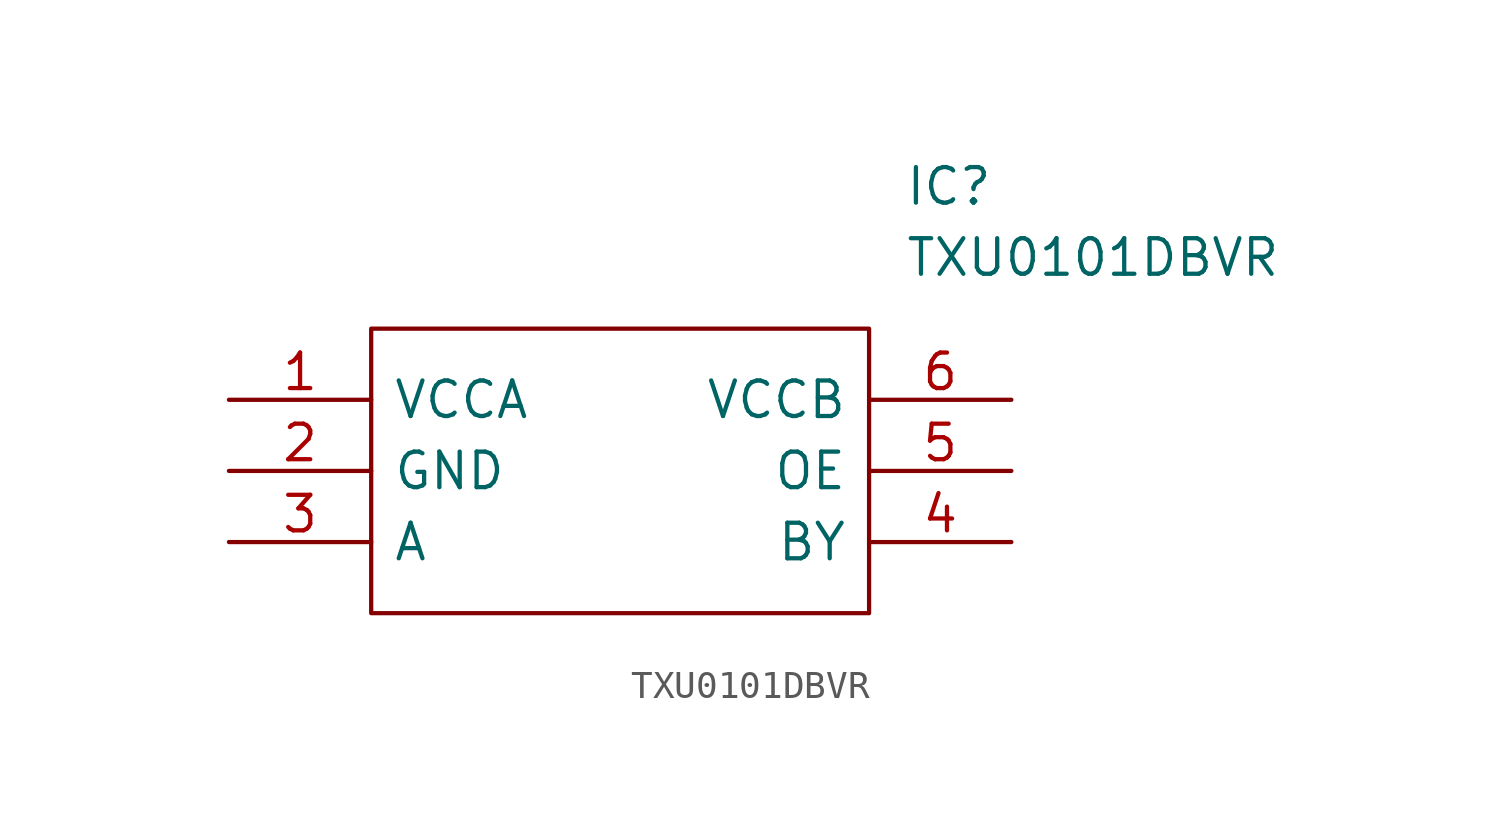
<source format=kicad_sym>
(kicad_symbol_lib
  (version 20231120)
  (generator "kicad_symbol_editor")
  (generator_version "8.0")
  (symbol "TXU0101DBVR"
    (pin_names
      (offset 0.762))
    (property "Reference" "IC"
      (at 24.13 7.62 0)
      (effects (font (size 1.27 1.27)) (justify left)))
    (property "Value" "TXU0101DBVR"
      (at 24.13 5.08 0)
      (effects (font (size 1.27 1.27)) (justify left)))
    (symbol "TXU0101DBVR_0_0"
      (pin passive line (at 0 0 0) (length 5.08) (name "VCCA" (effects (font (size 1.27 1.27)))) (number "1" (effects (font (size 1.27 1.27)))))
      (pin passive line (at 0 -2.54 0) (length 5.08) (name "GND" (effects (font (size 1.27 1.27)))) (number "2" (effects (font (size 1.27 1.27)))))
      (pin passive line (at 0 -5.08 0) (length 5.08) (name "A" (effects (font (size 1.27 1.27)))) (number "3" (effects (font (size 1.27 1.27)))))
      (pin passive line (at 27.94 -5.08 180) (length 5.08) (name "BY" (effects (font (size 1.27 1.27)))) (number "4" (effects (font (size 1.27 1.27)))))
      (pin passive line (at 27.94 -2.54 180) (length 5.08) (name "OE" (effects (font (size 1.27 1.27)))) (number "5" (effects (font (size 1.27 1.27)))))
      (pin passive line (at 27.94 0 180) (length 5.08) (name "VCCB" (effects (font (size 1.27 1.27)))) (number "6" (effects (font (size 1.27 1.27))))))
    (symbol "TXU0101DBVR_0_1"
      (polyline (pts (xy 5.08 2.54) (xy 22.86 2.54) (xy 22.86 -7.62) (xy 5.08 -7.62) (xy 5.08 2.54)) (stroke (width 0.152) (type solid)) (fill (type none))))))
</source>
